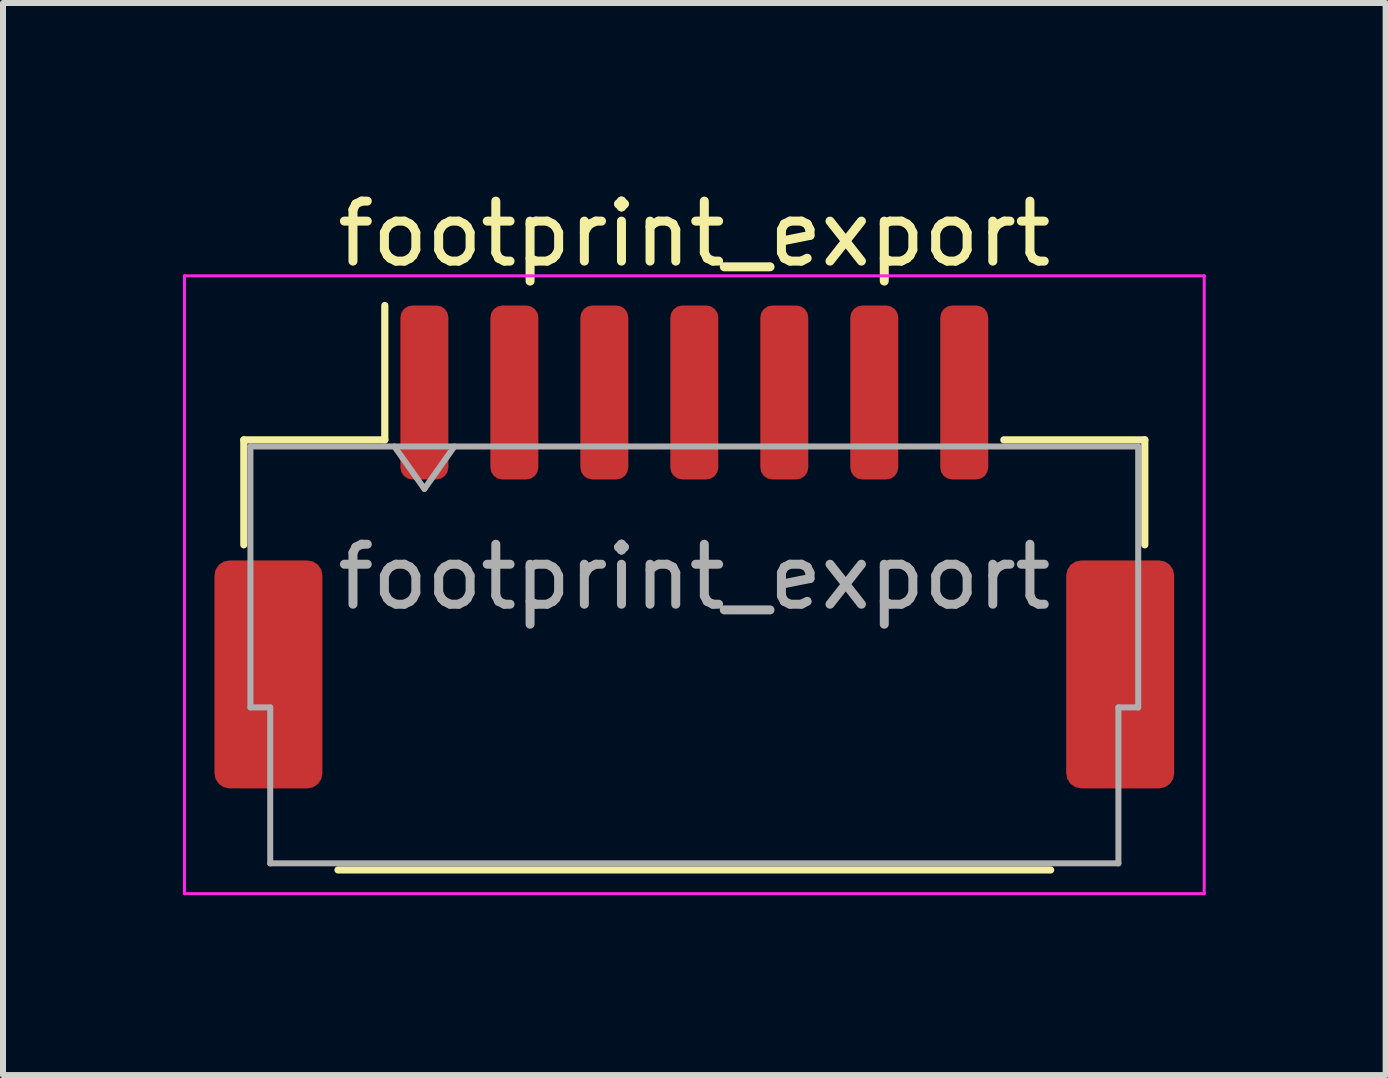
<source format=kicad_pcb>
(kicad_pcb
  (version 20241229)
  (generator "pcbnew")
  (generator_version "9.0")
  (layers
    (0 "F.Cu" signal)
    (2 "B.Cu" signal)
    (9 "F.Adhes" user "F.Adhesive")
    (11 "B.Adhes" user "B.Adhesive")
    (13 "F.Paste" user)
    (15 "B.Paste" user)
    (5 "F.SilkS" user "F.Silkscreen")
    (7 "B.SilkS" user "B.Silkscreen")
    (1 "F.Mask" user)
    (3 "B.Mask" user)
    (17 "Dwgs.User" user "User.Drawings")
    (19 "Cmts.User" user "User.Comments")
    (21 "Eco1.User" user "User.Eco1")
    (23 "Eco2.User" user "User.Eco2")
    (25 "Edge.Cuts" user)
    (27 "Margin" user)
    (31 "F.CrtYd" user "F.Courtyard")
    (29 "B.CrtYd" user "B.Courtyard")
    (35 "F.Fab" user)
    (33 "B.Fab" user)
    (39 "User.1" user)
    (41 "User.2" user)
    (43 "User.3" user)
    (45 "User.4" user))
  (footprint "footprint_export"
    (layer "F.Cu")
    (at 8.525 6.068)
    (property "Reference" "footprint_export" (at 0 -5.22 0) (layer "F.SilkS") (effects (font (size 1 1) (thickness 0.15))))
    (attr smd)
    (fp_line (start -7.51 -1.785) (end -5.16 -1.785) (stroke (width 0.12) (type solid)) (layer "F.SilkS"))
    (fp_line (start -7.51 -0.035) (end -7.51 -1.785) (stroke (width 0.12) (type solid)) (layer "F.SilkS"))
    (fp_line (start -5.94 5.385) (end 5.94 5.385) (stroke (width 0.12) (type solid)) (layer "F.SilkS"))
    (fp_line (start -5.16 -1.785) (end -5.16 -4.025) (stroke (width 0.12) (type solid)) (layer "F.SilkS"))
    (fp_line (start 7.51 -1.785) (end 5.16 -1.785) (stroke (width 0.12) (type solid)) (layer "F.SilkS"))
    (fp_line (start 7.51 -0.035) (end 7.51 -1.785) (stroke (width 0.12) (type solid)) (layer "F.SilkS"))
    (fp_line (start -8.5 -4.52) (end -8.5 5.78) (stroke (width 0.05) (type solid)) (layer "F.CrtYd"))
    (fp_line (start -8.5 5.78) (end 8.5 5.78) (stroke (width 0.05) (type solid)) (layer "F.CrtYd"))
    (fp_line (start 8.5 -4.52) (end -8.5 -4.52) (stroke (width 0.05) (type solid)) (layer "F.CrtYd"))
    (fp_line (start 8.5 5.78) (end 8.5 -4.52) (stroke (width 0.05) (type solid)) (layer "F.CrtYd"))
    (fp_line (start -7.4 -1.675) (end -7.4 2.675) (stroke (width 0.1) (type solid)) (layer "F.Fab"))
    (fp_line (start -7.4 -1.675) (end 7.4 -1.675) (stroke (width 0.1) (type solid)) (layer "F.Fab"))
    (fp_line (start -7.4 2.675) (end -7.07 2.675) (stroke (width 0.1) (type solid)) (layer "F.Fab"))
    (fp_line (start -7.07 2.675) (end -7.07 5.275) (stroke (width 0.1) (type solid)) (layer "F.Fab"))
    (fp_line (start -7.07 5.275) (end 7.07 5.275) (stroke (width 0.1) (type solid)) (layer "F.Fab"))
    (fp_line (start -5 -1.675) (end -4.5 -0.968) (stroke (width 0.1) (type solid)) (layer "F.Fab"))
    (fp_line (start -4.5 -0.968) (end -4 -1.675) (stroke (width 0.1) (type solid)) (layer "F.Fab"))
    (fp_line (start 7.07 2.675) (end 7.4 2.675) (stroke (width 0.1) (type solid)) (layer "F.Fab"))
    (fp_line (start 7.07 5.275) (end 7.07 2.675) (stroke (width 0.1) (type solid)) (layer "F.Fab"))
    (fp_line (start 7.4 -1.675) (end 7.4 2.675) (stroke (width 0.1) (type solid)) (layer "F.Fab"))
    (fp_text user "${REFERENCE}" (at 0 0.5 0) (layer "F.Fab") (effects (font (size 1 1) (thickness 0.15))))
    (pad "1" smd roundrect (at -4.5 -2.575) (size 0.8 2.9) (layers "F.Cu" "F.Mask" "F.Paste") (roundrect_rratio 0.25))
    (pad "2" smd roundrect (at -3 -2.575) (size 0.8 2.9) (layers "F.Cu" "F.Mask" "F.Paste") (roundrect_rratio 0.25))
    (pad "3" smd roundrect (at -1.5 -2.575) (size 0.8 2.9) (layers "F.Cu" "F.Mask" "F.Paste") (roundrect_rratio 0.25))
    (pad "4" smd roundrect (at 0 -2.575) (size 0.8 2.9) (layers "F.Cu" "F.Mask" "F.Paste") (roundrect_rratio 0.25))
    (pad "5" smd roundrect (at 1.5 -2.575) (size 0.8 2.9) (layers "F.Cu" "F.Mask" "F.Paste") (roundrect_rratio 0.25))
    (pad "6" smd roundrect (at 3 -2.575) (size 0.8 2.9) (layers "F.Cu" "F.Mask" "F.Paste") (roundrect_rratio 0.25))
    (pad "7" smd roundrect (at 4.5 -2.575) (size 0.8 2.9) (layers "F.Cu" "F.Mask" "F.Paste") (roundrect_rratio 0.25))
    (pad "MP" smd roundrect (at -7.1 2.125) (size 1.8 3.8) (layers "F.Cu" "F.Mask" "F.Paste") (roundrect_rratio 0.139))
    (pad "MP" smd roundrect (at 7.1 2.125) (size 1.8 3.8) (layers "F.Cu" "F.Mask" "F.Paste") (roundrect_rratio 0.139)))
  (gr_rect
    (start -3 -3)
    (end 20.05 14.873)
    (stroke (width 0.1) (type default))
    (fill no)
    (layer "Edge.Cuts")))
</source>
